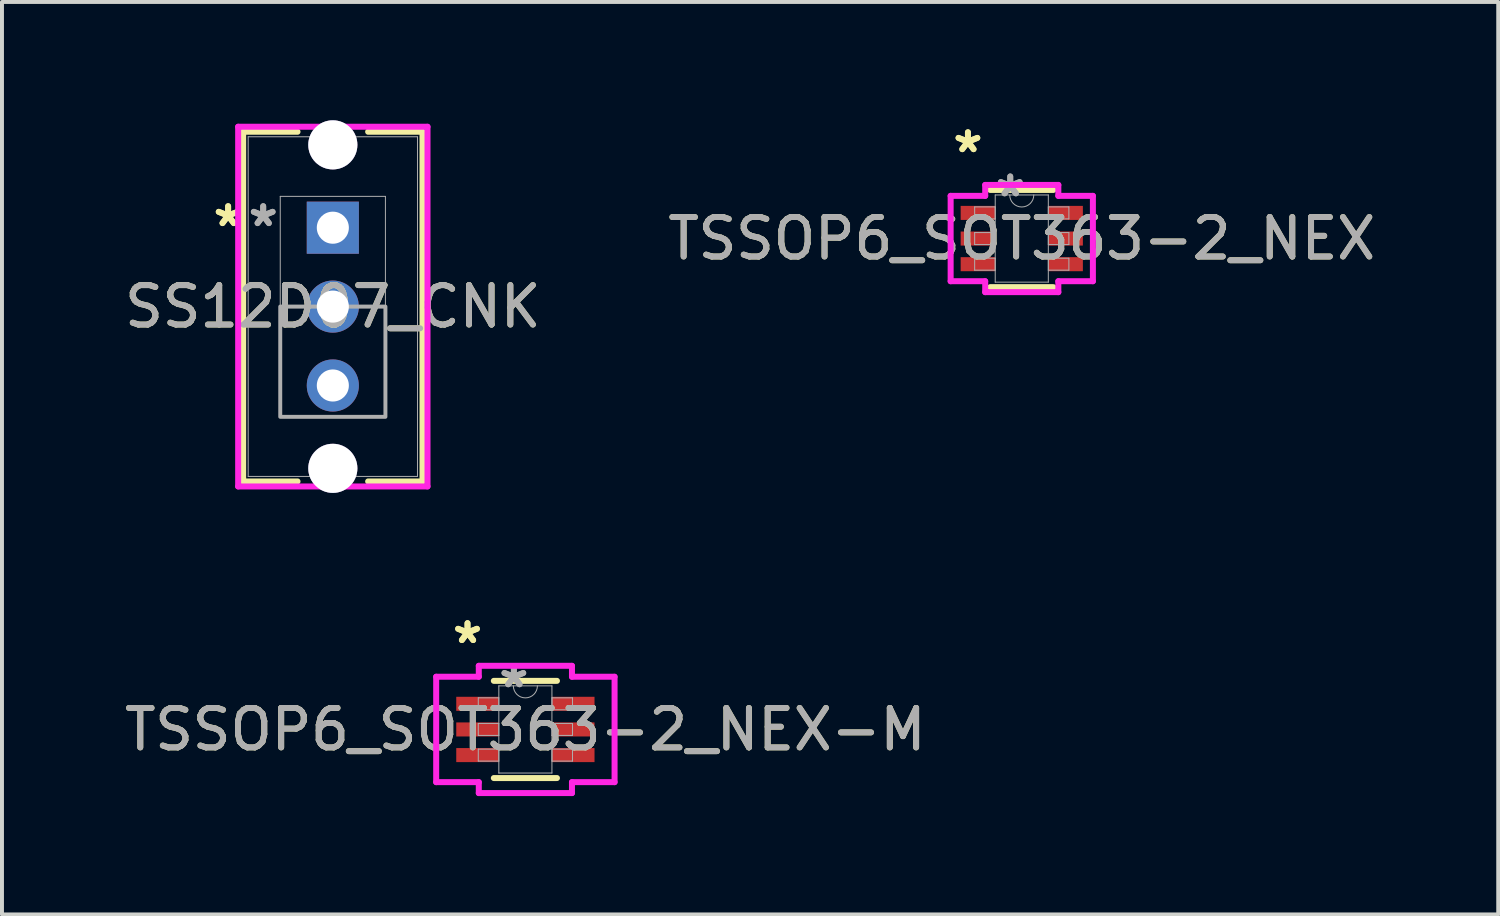
<source format=kicad_pcb>
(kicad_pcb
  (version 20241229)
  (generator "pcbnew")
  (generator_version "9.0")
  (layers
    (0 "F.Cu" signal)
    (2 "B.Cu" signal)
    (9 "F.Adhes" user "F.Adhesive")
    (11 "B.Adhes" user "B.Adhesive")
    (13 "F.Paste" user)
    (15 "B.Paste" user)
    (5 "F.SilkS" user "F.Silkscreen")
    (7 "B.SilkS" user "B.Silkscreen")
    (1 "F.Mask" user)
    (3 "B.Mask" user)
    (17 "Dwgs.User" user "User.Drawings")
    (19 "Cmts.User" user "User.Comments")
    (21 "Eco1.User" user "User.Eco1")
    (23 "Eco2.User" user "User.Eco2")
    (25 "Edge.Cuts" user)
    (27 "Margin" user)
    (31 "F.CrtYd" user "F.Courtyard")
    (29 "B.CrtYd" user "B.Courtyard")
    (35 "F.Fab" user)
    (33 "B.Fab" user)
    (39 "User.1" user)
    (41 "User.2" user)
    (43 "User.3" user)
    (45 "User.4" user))
  (footprint "TSSOP6_SOT363-2_NEX-M"
    (layer "F.Cu")
    (at 10.268 15.441)
    (property "Reference" "TSSOP6_SOT363-2_NEX-M" (at 0 0 0) (unlocked yes) (layer "F.SilkS") (effects (font (size 1 1) (thickness 0.15))))
    (attr smd)
    (fp_line (start -0.8 1.232) (end 0.8 1.232) (stroke (width 0.152) (type solid)) (layer "F.SilkS"))
    (fp_line (start 0.8 -1.232) (end -0.8 -1.232) (stroke (width 0.152) (type solid)) (layer "F.SilkS"))
    (fp_line (start -2.261 -1.336) (end -1.181 -1.336) (stroke (width 0.152) (type solid)) (layer "F.CrtYd"))
    (fp_line (start -2.261 1.336) (end -2.261 -1.336) (stroke (width 0.152) (type solid)) (layer "F.CrtYd"))
    (fp_line (start -2.261 1.336) (end -1.181 1.336) (stroke (width 0.152) (type solid)) (layer "F.CrtYd"))
    (fp_line (start -1.181 -1.613) (end 1.181 -1.613) (stroke (width 0.152) (type solid)) (layer "F.CrtYd"))
    (fp_line (start -1.181 -1.336) (end -1.181 -1.613) (stroke (width 0.152) (type solid)) (layer "F.CrtYd"))
    (fp_line (start -1.181 1.613) (end -1.181 1.336) (stroke (width 0.152) (type solid)) (layer "F.CrtYd"))
    (fp_line (start 1.181 -1.613) (end 1.181 -1.336) (stroke (width 0.152) (type solid)) (layer "F.CrtYd"))
    (fp_line (start 1.181 1.336) (end 1.181 1.613) (stroke (width 0.152) (type solid)) (layer "F.CrtYd"))
    (fp_line (start 1.181 1.613) (end -1.181 1.613) (stroke (width 0.152) (type solid)) (layer "F.CrtYd"))
    (fp_line (start 2.261 -1.336) (end 1.181 -1.336) (stroke (width 0.152) (type solid)) (layer "F.CrtYd"))
    (fp_line (start 2.261 -1.336) (end 2.261 1.336) (stroke (width 0.152) (type solid)) (layer "F.CrtYd"))
    (fp_line (start 2.261 1.336) (end 1.181 1.336) (stroke (width 0.152) (type solid)) (layer "F.CrtYd"))
    (fp_line (start -1.194 -0.802) (end -1.194 -0.498) (stroke (width 0.025) (type solid)) (layer "F.Fab"))
    (fp_line (start -1.194 -0.498) (end -0.673 -0.498) (stroke (width 0.025) (type solid)) (layer "F.Fab"))
    (fp_line (start -1.194 -0.152) (end -1.194 0.152) (stroke (width 0.025) (type solid)) (layer "F.Fab"))
    (fp_line (start -1.194 0.152) (end -0.673 0.152) (stroke (width 0.025) (type solid)) (layer "F.Fab"))
    (fp_line (start -1.194 0.498) (end -1.194 0.802) (stroke (width 0.025) (type solid)) (layer "F.Fab"))
    (fp_line (start -1.194 0.802) (end -0.673 0.802) (stroke (width 0.025) (type solid)) (layer "F.Fab"))
    (fp_line (start -0.673 -1.105) (end -0.673 1.105) (stroke (width 0.025) (type solid)) (layer "F.Fab"))
    (fp_line (start -0.673 -0.802) (end -1.194 -0.802) (stroke (width 0.025) (type solid)) (layer "F.Fab"))
    (fp_line (start -0.673 -0.498) (end -0.673 -0.802) (stroke (width 0.025) (type solid)) (layer "F.Fab"))
    (fp_line (start -0.673 -0.152) (end -1.194 -0.152) (stroke (width 0.025) (type solid)) (layer "F.Fab"))
    (fp_line (start -0.673 0.152) (end -0.673 -0.152) (stroke (width 0.025) (type solid)) (layer "F.Fab"))
    (fp_line (start -0.673 0.498) (end -1.194 0.498) (stroke (width 0.025) (type solid)) (layer "F.Fab"))
    (fp_line (start -0.673 0.802) (end -0.673 0.498) (stroke (width 0.025) (type solid)) (layer "F.Fab"))
    (fp_line (start -0.673 1.105) (end 0.673 1.105) (stroke (width 0.025) (type solid)) (layer "F.Fab"))
    (fp_line (start 0.673 -1.105) (end -0.673 -1.105) (stroke (width 0.025) (type solid)) (layer "F.Fab"))
    (fp_line (start 0.673 -0.802) (end 0.673 -0.498) (stroke (width 0.025) (type solid)) (layer "F.Fab"))
    (fp_line (start 0.673 -0.498) (end 1.194 -0.498) (stroke (width 0.025) (type solid)) (layer "F.Fab"))
    (fp_line (start 0.673 -0.152) (end 0.673 0.152) (stroke (width 0.025) (type solid)) (layer "F.Fab"))
    (fp_line (start 0.673 0.152) (end 1.194 0.152) (stroke (width 0.025) (type solid)) (layer "F.Fab"))
    (fp_line (start 0.673 0.498) (end 0.673 0.802) (stroke (width 0.025) (type solid)) (layer "F.Fab"))
    (fp_line (start 0.673 0.802) (end 1.194 0.802) (stroke (width 0.025) (type solid)) (layer "F.Fab"))
    (fp_line (start 0.673 1.105) (end 0.673 -1.105) (stroke (width 0.025) (type solid)) (layer "F.Fab"))
    (fp_line (start 1.194 -0.802) (end 0.673 -0.802) (stroke (width 0.025) (type solid)) (layer "F.Fab"))
    (fp_line (start 1.194 -0.498) (end 1.194 -0.802) (stroke (width 0.025) (type solid)) (layer "F.Fab"))
    (fp_line (start 1.194 -0.152) (end 0.673 -0.152) (stroke (width 0.025) (type solid)) (layer "F.Fab"))
    (fp_line (start 1.194 0.152) (end 1.194 -0.152) (stroke (width 0.025) (type solid)) (layer "F.Fab"))
    (fp_line (start 1.194 0.498) (end 0.673 0.498) (stroke (width 0.025) (type solid)) (layer "F.Fab"))
    (fp_line (start 1.194 0.802) (end 1.194 0.498) (stroke (width 0.025) (type solid)) (layer "F.Fab"))
    (fp_arc (start 0.3048 -1.1049) (mid 0 -0.8001) (end -0.3048 -1.1049) (stroke (width 0.0254) (type solid)) (layer "F.Fab"))
    (fp_text user "*" (at -1.467 -2.149 0) (unlocked yes) (layer "F.SilkS") (effects (font (size 1 1) (thickness 0.15))))
    (fp_text user "*" (at -1.467 -2.149 0) (layer "F.SilkS") (effects (font (size 1 1) (thickness 0.15))))
    (fp_text user "${REFERENCE}" (at 0 0 0) (unlocked yes) (layer "F.Fab") (effects (font (size 1 1) (thickness 0.15))))
    (fp_text user "*" (at -0.292 -1.029 0) (unlocked yes) (layer "F.Fab") (effects (font (size 1 1) (thickness 0.15))))
    (fp_text user "*" (at -0.292 -1.029 0) (layer "F.Fab") (effects (font (size 1 1) (thickness 0.15))))
    (pad "1" smd rect (at -1.213 -0.65) (size 1.079 0.356) (layers "F.Cu" "F.Mask" "F.Paste"))
    (pad "2" smd rect (at -1.213 0) (size 1.079 0.356) (layers "F.Cu" "F.Mask" "F.Paste"))
    (pad "3" smd rect (at -1.213 0.65) (size 1.079 0.356) (layers "F.Cu" "F.Mask" "F.Paste"))
    (pad "4" smd rect (at 1.213 0.65) (size 1.079 0.356) (layers "F.Cu" "F.Mask" "F.Paste"))
    (pad "5" smd rect (at 1.213 0) (size 1.079 0.356) (layers "F.Cu" "F.Mask" "F.Paste"))
    (pad "6" smd rect (at 1.213 -0.65) (size 1.079 0.356) (layers "F.Cu" "F.Mask" "F.Paste")))
  (footprint "TSSOP6_SOT363-2_NEX"
    (layer "F.Cu")
    (at 22.851 2.997)
    (property "Reference" "TSSOP6_SOT363-2_NEX" (at 0 0 0) (unlocked yes) (layer "F.SilkS") (effects (font (size 1 1) (thickness 0.15))))
    (attr smd)
    (fp_line (start -0.8 1.232) (end 0.8 1.232) (stroke (width 0.152) (type solid)) (layer "F.SilkS"))
    (fp_line (start 0.8 -1.232) (end -0.8 -1.232) (stroke (width 0.152) (type solid)) (layer "F.SilkS"))
    (fp_line (start -1.803 -1.082) (end -0.927 -1.082) (stroke (width 0.152) (type solid)) (layer "F.CrtYd"))
    (fp_line (start -1.803 1.082) (end -1.803 -1.082) (stroke (width 0.152) (type solid)) (layer "F.CrtYd"))
    (fp_line (start -1.803 1.082) (end -0.927 1.082) (stroke (width 0.152) (type solid)) (layer "F.CrtYd"))
    (fp_line (start -0.927 -1.359) (end 0.927 -1.359) (stroke (width 0.152) (type solid)) (layer "F.CrtYd"))
    (fp_line (start -0.927 -1.082) (end -0.927 -1.359) (stroke (width 0.152) (type solid)) (layer "F.CrtYd"))
    (fp_line (start -0.927 1.359) (end -0.927 1.082) (stroke (width 0.152) (type solid)) (layer "F.CrtYd"))
    (fp_line (start 0.927 -1.359) (end 0.927 -1.082) (stroke (width 0.152) (type solid)) (layer "F.CrtYd"))
    (fp_line (start 0.927 1.082) (end 0.927 1.359) (stroke (width 0.152) (type solid)) (layer "F.CrtYd"))
    (fp_line (start 0.927 1.359) (end -0.927 1.359) (stroke (width 0.152) (type solid)) (layer "F.CrtYd"))
    (fp_line (start 1.803 -1.082) (end 0.927 -1.082) (stroke (width 0.152) (type solid)) (layer "F.CrtYd"))
    (fp_line (start 1.803 -1.082) (end 1.803 1.082) (stroke (width 0.152) (type solid)) (layer "F.CrtYd"))
    (fp_line (start 1.803 1.082) (end 0.927 1.082) (stroke (width 0.152) (type solid)) (layer "F.CrtYd"))
    (fp_line (start -1.194 -0.802) (end -1.194 -0.498) (stroke (width 0.025) (type solid)) (layer "F.Fab"))
    (fp_line (start -1.194 -0.498) (end -0.673 -0.498) (stroke (width 0.025) (type solid)) (layer "F.Fab"))
    (fp_line (start -1.194 -0.152) (end -1.194 0.152) (stroke (width 0.025) (type solid)) (layer "F.Fab"))
    (fp_line (start -1.194 0.152) (end -0.673 0.152) (stroke (width 0.025) (type solid)) (layer "F.Fab"))
    (fp_line (start -1.194 0.498) (end -1.194 0.802) (stroke (width 0.025) (type solid)) (layer "F.Fab"))
    (fp_line (start -1.194 0.802) (end -0.673 0.802) (stroke (width 0.025) (type solid)) (layer "F.Fab"))
    (fp_line (start -0.673 -1.105) (end -0.673 1.105) (stroke (width 0.025) (type solid)) (layer "F.Fab"))
    (fp_line (start -0.673 -0.802) (end -1.194 -0.802) (stroke (width 0.025) (type solid)) (layer "F.Fab"))
    (fp_line (start -0.673 -0.498) (end -0.673 -0.802) (stroke (width 0.025) (type solid)) (layer "F.Fab"))
    (fp_line (start -0.673 -0.152) (end -1.194 -0.152) (stroke (width 0.025) (type solid)) (layer "F.Fab"))
    (fp_line (start -0.673 0.152) (end -0.673 -0.152) (stroke (width 0.025) (type solid)) (layer "F.Fab"))
    (fp_line (start -0.673 0.498) (end -1.194 0.498) (stroke (width 0.025) (type solid)) (layer "F.Fab"))
    (fp_line (start -0.673 0.802) (end -0.673 0.498) (stroke (width 0.025) (type solid)) (layer "F.Fab"))
    (fp_line (start -0.673 1.105) (end 0.673 1.105) (stroke (width 0.025) (type solid)) (layer "F.Fab"))
    (fp_line (start 0.673 -1.105) (end -0.673 -1.105) (stroke (width 0.025) (type solid)) (layer "F.Fab"))
    (fp_line (start 0.673 -0.802) (end 0.673 -0.498) (stroke (width 0.025) (type solid)) (layer "F.Fab"))
    (fp_line (start 0.673 -0.498) (end 1.194 -0.498) (stroke (width 0.025) (type solid)) (layer "F.Fab"))
    (fp_line (start 0.673 -0.152) (end 0.673 0.152) (stroke (width 0.025) (type solid)) (layer "F.Fab"))
    (fp_line (start 0.673 0.152) (end 1.194 0.152) (stroke (width 0.025) (type solid)) (layer "F.Fab"))
    (fp_line (start 0.673 0.498) (end 0.673 0.802) (stroke (width 0.025) (type solid)) (layer "F.Fab"))
    (fp_line (start 0.673 0.802) (end 1.194 0.802) (stroke (width 0.025) (type solid)) (layer "F.Fab"))
    (fp_line (start 0.673 1.105) (end 0.673 -1.105) (stroke (width 0.025) (type solid)) (layer "F.Fab"))
    (fp_line (start 1.194 -0.802) (end 0.673 -0.802) (stroke (width 0.025) (type solid)) (layer "F.Fab"))
    (fp_line (start 1.194 -0.498) (end 1.194 -0.802) (stroke (width 0.025) (type solid)) (layer "F.Fab"))
    (fp_line (start 1.194 -0.152) (end 0.673 -0.152) (stroke (width 0.025) (type solid)) (layer "F.Fab"))
    (fp_line (start 1.194 0.152) (end 1.194 -0.152) (stroke (width 0.025) (type solid)) (layer "F.Fab"))
    (fp_line (start 1.194 0.498) (end 0.673 0.498) (stroke (width 0.025) (type solid)) (layer "F.Fab"))
    (fp_line (start 1.194 0.802) (end 1.194 0.498) (stroke (width 0.025) (type solid)) (layer "F.Fab"))
    (fp_arc (start 0.3048 -1.1049) (mid 0 -0.8001) (end -0.3048 -1.1049) (stroke (width 0.0254) (type solid)) (layer "F.Fab"))
    (fp_text user "*" (at -1.365 -2.149 0) (unlocked yes) (layer "F.SilkS") (effects (font (size 1 1) (thickness 0.15))))
    (fp_text user "*" (at -1.365 -2.149 0) (layer "F.SilkS") (effects (font (size 1 1) (thickness 0.15))))
    (fp_text user "${REFERENCE}" (at 0 0 0) (unlocked yes) (layer "F.Fab") (effects (font (size 1 1) (thickness 0.15))))
    (fp_text user "*" (at -0.292 -1.029 0) (layer "F.Fab") (effects (font (size 1 1) (thickness 0.15))))
    (fp_text user "*" (at -0.292 -1.029 0) (unlocked yes) (layer "F.Fab") (effects (font (size 1 1) (thickness 0.15))))
    (pad "1" smd rect (at -1.111 -0.65) (size 0.876 0.356) (layers "F.Cu" "F.Mask" "F.Paste"))
    (pad "2" smd rect (at -1.111 0) (size 0.876 0.356) (layers "F.Cu" "F.Mask" "F.Paste"))
    (pad "3" smd rect (at -1.111 0.65) (size 0.876 0.356) (layers "F.Cu" "F.Mask" "F.Paste"))
    (pad "4" smd rect (at 1.111 0.65) (size 0.876 0.356) (layers "F.Cu" "F.Mask" "F.Paste"))
    (pad "5" smd rect (at 1.111 0) (size 0.876 0.356) (layers "F.Cu" "F.Mask" "F.Paste"))
    (pad "6" smd rect (at 1.111 -0.65) (size 0.876 0.356) (layers "F.Cu" "F.Mask" "F.Paste")))
  (footprint "SS12D07_CNK"
    (layer "F.Cu")
    (at 5.387 2.722)
    (property "Reference" "SS12D07_CNK" (at 0 2 0) (unlocked yes) (layer "F.SilkS") (effects (font (size 1 1) (thickness 0.15))))
    (attr through_hole)
    (fp_line (start -2.273 -2.432) (end -2.273 6.432) (stroke (width 0.152) (type solid)) (layer "F.SilkS"))
    (fp_line (start -2.273 6.432) (end -0.895 6.432) (stroke (width 0.152) (type solid)) (layer "F.SilkS"))
    (fp_line (start -0.895 -2.432) (end -2.273 -2.432) (stroke (width 0.152) (type solid)) (layer "F.SilkS"))
    (fp_line (start 0.895 6.432) (end 2.273 6.432) (stroke (width 0.152) (type solid)) (layer "F.SilkS"))
    (fp_line (start 2.273 -2.432) (end 0.895 -2.432) (stroke (width 0.152) (type solid)) (layer "F.SilkS"))
    (fp_line (start 2.273 6.432) (end 2.273 -2.432) (stroke (width 0.152) (type solid)) (layer "F.SilkS"))
    (fp_line (start -2.4 -2.559) (end -2.4 6.559) (stroke (width 0.152) (type solid)) (layer "F.CrtYd"))
    (fp_line (start -2.4 6.559) (end 2.4 6.559) (stroke (width 0.152) (type solid)) (layer "F.CrtYd"))
    (fp_line (start 2.4 -2.559) (end -2.4 -2.559) (stroke (width 0.152) (type solid)) (layer "F.CrtYd"))
    (fp_line (start 2.4 6.559) (end 2.4 -2.559) (stroke (width 0.152) (type solid)) (layer "F.CrtYd"))
    (fp_line (start -2.146 -2.305) (end -2.146 6.305) (stroke (width 0.025) (type solid)) (layer "F.Fab"))
    (fp_line (start -2.146 6.305) (end 2.146 6.305) (stroke (width 0.025) (type solid)) (layer "F.Fab"))
    (fp_line (start -1.333 -0.794) (end 1.333 -0.794) (stroke (width 0.025) (type solid)) (layer "F.Fab"))
    (fp_line (start -1.333 4.794) (end -1.333 -0.794) (stroke (width 0.025) (type solid)) (layer "F.Fab"))
    (fp_line (start 1.333 -0.794) (end 1.333 4.794) (stroke (width 0.025) (type solid)) (layer "F.Fab"))
    (fp_line (start 1.333 4.794) (end -1.333 4.794) (stroke (width 0.025) (type solid)) (layer "F.Fab"))
    (fp_line (start 2.146 -2.305) (end -2.146 -2.305) (stroke (width 0.025) (type solid)) (layer "F.Fab"))
    (fp_line (start 2.146 6.305) (end 2.146 -2.305) (stroke (width 0.025) (type solid)) (layer "F.Fab"))
    (fp_poly (pts (xy -1.333 4.794) (xy -1.333 2) (xy 1.333 2) (xy 1.333 4.794)) (stroke (width 0.1) (type solid)) (fill no) (layer "F.Fab"))
    (fp_text user "*" (at -2.654 0 0) (layer "F.SilkS") (effects (font (size 1 1) (thickness 0.15))))
    (fp_text user "*" (at -2.654 0 0) (unlocked yes) (layer "F.SilkS") (effects (font (size 1 1) (thickness 0.15))))
    (fp_text user "${REFERENCE}" (at 0 2 0) (unlocked yes) (layer "F.Fab") (effects (font (size 1 1) (thickness 0.15))))
    (fp_text user "*" (at -1.765 0 0) (layer "F.Fab") (effects (font (size 1 1) (thickness 0.15))))
    (fp_text user "*" (at -1.765 0 0) (unlocked yes) (layer "F.Fab") (effects (font (size 1 1) (thickness 0.15))))
    (pad "1" thru_hole rect (at 0 0) (size 1.321 1.321) (drill 0.813) (layers "*.Cu" "*.Mask"))
    (pad "2" thru_hole circle (at 0 2) (size 1.321 1.321) (drill 0.813) (layers "*.Cu" "*.Mask"))
    (pad "3" thru_hole circle (at 0 4) (size 1.321 1.321) (drill 0.813) (layers "*.Cu" "*.Mask"))
    (pad "4" thru_hole circle (at 0 -2.1 90) (size 1.245 1.245) (drill 1.245) (layers "*.Cu" "*.Mask"))
    (pad "5" thru_hole circle (at 0 6.1 90) (size 1.245 1.245) (drill 1.245) (layers "*.Cu" "*.Mask")))
  (gr_rect
    (start -3 -3)
    (end 34.929 20.131)
    (stroke (width 0.1) (type default))
    (fill no)
    (layer "Edge.Cuts")))
</source>
